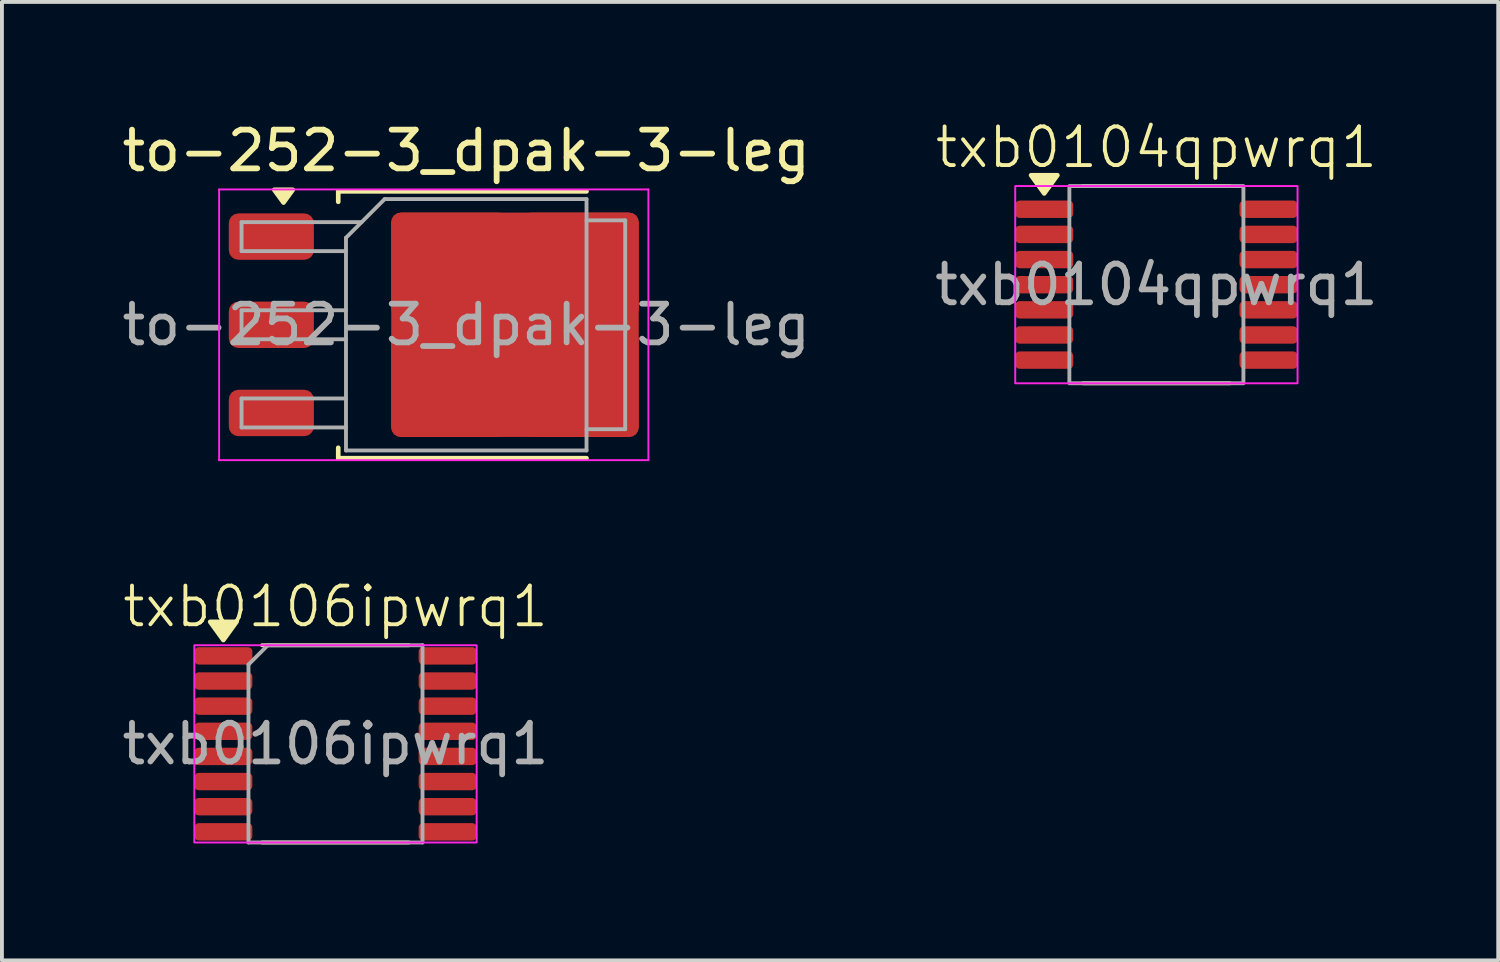
<source format=kicad_pcb>
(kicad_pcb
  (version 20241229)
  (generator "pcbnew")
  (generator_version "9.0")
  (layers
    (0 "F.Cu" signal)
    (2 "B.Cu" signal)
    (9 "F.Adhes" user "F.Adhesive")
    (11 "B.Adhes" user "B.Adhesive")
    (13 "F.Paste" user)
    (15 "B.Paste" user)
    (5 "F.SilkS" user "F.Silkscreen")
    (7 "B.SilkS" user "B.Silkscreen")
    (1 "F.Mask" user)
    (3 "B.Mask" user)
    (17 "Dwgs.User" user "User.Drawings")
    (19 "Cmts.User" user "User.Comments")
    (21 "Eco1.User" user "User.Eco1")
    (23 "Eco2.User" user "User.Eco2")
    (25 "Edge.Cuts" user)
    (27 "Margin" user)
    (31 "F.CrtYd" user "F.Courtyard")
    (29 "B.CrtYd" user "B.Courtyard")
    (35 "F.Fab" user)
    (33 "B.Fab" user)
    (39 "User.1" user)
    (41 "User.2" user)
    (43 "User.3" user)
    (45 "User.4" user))
  (footprint "to-252-3_dpak-3-leg"
    (layer "F.Cu")
    (at 9.006 5.348)
    (property "Reference" "to-252-3_dpak-3-leg" (at 0 -4.5 0) (layer "F.SilkS") (effects (font (size 1 1) (thickness 0.15))))
    (attr smd)
    (fp_line (start -3.31 -3.45) (end -3.31 -3.18) (stroke (width 0.12) (type solid)) (layer "F.SilkS"))
    (fp_line (start -3.31 3.45) (end -3.31 3.18) (stroke (width 0.12) (type solid)) (layer "F.SilkS"))
    (fp_line (start 3.11 -3.45) (end -3.31 -3.45) (stroke (width 0.12) (type solid)) (layer "F.SilkS"))
    (fp_line (start 3.11 3.45) (end -3.31 3.45) (stroke (width 0.12) (type solid)) (layer "F.SilkS"))
    (fp_poly (pts (xy -4.725 -3.16) (xy -4.965 -3.49) (xy -4.485 -3.49) (xy -4.725 -3.16)) (stroke (width 0.12) (type solid)) (fill yes) (layer "F.SilkS"))
    (fp_line (start -6.39 -3.5) (end -6.39 3.5) (stroke (width 0.05) (type solid)) (layer "F.CrtYd"))
    (fp_line (start -6.39 3.5) (end 4.71 3.5) (stroke (width 0.05) (type solid)) (layer "F.CrtYd"))
    (fp_line (start 4.71 -3.5) (end -6.39 -3.5) (stroke (width 0.05) (type solid)) (layer "F.CrtYd"))
    (fp_line (start 4.71 3.5) (end 4.71 -3.5) (stroke (width 0.05) (type solid)) (layer "F.CrtYd"))
    (fp_line (start -5.81 -2.655) (end -5.81 -1.905) (stroke (width 0.1) (type solid)) (layer "F.Fab"))
    (fp_line (start -5.81 -1.905) (end -3.11 -1.905) (stroke (width 0.1) (type solid)) (layer "F.Fab"))
    (fp_line (start -5.81 -0.375) (end -5.81 0.375) (stroke (width 0.1) (type solid)) (layer "F.Fab"))
    (fp_line (start -5.81 0.375) (end -3.11 0.375) (stroke (width 0.1) (type solid)) (layer "F.Fab"))
    (fp_line (start -5.81 1.905) (end -5.81 2.655) (stroke (width 0.1) (type solid)) (layer "F.Fab"))
    (fp_line (start -5.81 2.655) (end -3.11 2.655) (stroke (width 0.1) (type solid)) (layer "F.Fab"))
    (fp_line (start -3.11 -2.25) (end -2.11 -3.25) (stroke (width 0.1) (type solid)) (layer "F.Fab"))
    (fp_line (start -3.11 -0.375) (end -5.81 -0.375) (stroke (width 0.1) (type solid)) (layer "F.Fab"))
    (fp_line (start -3.11 1.905) (end -5.81 1.905) (stroke (width 0.1) (type solid)) (layer "F.Fab"))
    (fp_line (start -3.11 3.25) (end -3.11 -2.25) (stroke (width 0.1) (type solid)) (layer "F.Fab"))
    (fp_line (start -2.705 -2.655) (end -5.81 -2.655) (stroke (width 0.1) (type solid)) (layer "F.Fab"))
    (fp_line (start -2.11 -3.25) (end 3.11 -3.25) (stroke (width 0.1) (type solid)) (layer "F.Fab"))
    (fp_line (start 3.11 -3.25) (end 3.11 3.25) (stroke (width 0.1) (type solid)) (layer "F.Fab"))
    (fp_line (start 3.11 -2.7) (end 4.11 -2.7) (stroke (width 0.1) (type solid)) (layer "F.Fab"))
    (fp_line (start 3.11 3.25) (end -3.11 3.25) (stroke (width 0.1) (type solid)) (layer "F.Fab"))
    (fp_line (start 4.11 -2.7) (end 4.11 2.7) (stroke (width 0.1) (type solid)) (layer "F.Fab"))
    (fp_line (start 4.11 2.7) (end 3.11 2.7) (stroke (width 0.1) (type solid)) (layer "F.Fab"))
    (fp_text user "${REFERENCE}" (at 0 0 0) (layer "F.Fab") (effects (font (size 1 1) (thickness 0.15))))
    (pad "1" smd roundrect (at -5.04 -2.28) (size 2.2 1.2) (layers "F.Cu" "F.Mask" "F.Paste") (roundrect_rratio 0.208))
    (pad "2" smd roundrect (at -5.04 0) (size 2.2 1.2) (layers "F.Cu" "F.Mask" "F.Paste") (roundrect_rratio 0.208))
    (pad "2" smd roundrect (at -0.415 -1.525) (size 3.05 2.75) (layers "F.Cu" "F.Paste") (roundrect_rratio 0.091))
    (pad "2" smd roundrect (at -0.415 1.525) (size 3.05 2.75) (layers "F.Cu" "F.Paste") (roundrect_rratio 0.091))
    (pad "2" smd roundrect (at 1.26 0) (size 6.4 5.8) (layers "F.Cu" "F.Mask") (roundrect_rratio 0.043))
    (pad "2" smd roundrect (at 2.935 -1.525) (size 3.05 2.75) (layers "F.Cu" "F.Paste") (roundrect_rratio 0.091))
    (pad "2" smd roundrect (at 2.935 1.525) (size 3.05 2.75) (layers "F.Cu" "F.Paste") (roundrect_rratio 0.091))
    (pad "3" smd roundrect (at -5.04 2.28) (size 2.2 1.2) (layers "F.Cu" "F.Mask" "F.Paste") (roundrect_rratio 0.208)))
  (footprint "txb0104qpwrq1"
    (layer "F.Cu")
    (at 26.851 4.311)
    (property "Reference" "txb0104qpwrq1" (at 0 -3.55 0) (unlocked yes) (layer "F.SilkS") (effects (font (size 1 1) (thickness 0.1))))
    (attr smd)
    (fp_line (start -1.9 -2.55) (end 1.9 -2.55) (stroke (width 0.1) (type default)) (layer "F.SilkS"))
    (fp_line (start -1.9 2.55) (end 1.9 2.55) (stroke (width 0.1) (type default)) (layer "F.SilkS"))
    (fp_poly (pts (xy -2.9 -2.36) (xy -3.24 -2.83) (xy -2.56 -2.83) (xy -2.9 -2.36)) (stroke (width 0.12) (type solid)) (fill yes) (layer "F.SilkS"))
    (fp_rect (start -3.65 -2.55) (end 3.65 2.55) (stroke (width 0.05) (type default)) (fill no) (layer "F.CrtYd"))
    (fp_rect (start -2.25 -2.55) (end 2.25 2.55) (stroke (width 0.1) (type default)) (fill no) (layer "F.Fab"))
    (fp_text user "${REFERENCE}" (at 0 0 0) (unlocked yes) (layer "F.Fab") (effects (font (size 1 1) (thickness 0.15))))
    (pad "1" smd roundrect (at -2.9 -1.95) (size 1.5 0.45) (layers "F.Cu" "F.Mask" "F.Paste") (roundrect_rratio 0.25))
    (pad "2" smd roundrect (at -2.9 -1.3) (size 1.5 0.45) (layers "F.Cu" "F.Mask" "F.Paste") (roundrect_rratio 0.25))
    (pad "3" smd roundrect (at -2.9 -0.65) (size 1.5 0.45) (layers "F.Cu" "F.Mask" "F.Paste") (roundrect_rratio 0.25))
    (pad "4" smd roundrect (at -2.9 0) (size 1.5 0.45) (layers "F.Cu" "F.Mask" "F.Paste") (roundrect_rratio 0.25))
    (pad "5" smd roundrect (at -2.9 0.65) (size 1.5 0.45) (layers "F.Cu" "F.Mask" "F.Paste") (roundrect_rratio 0.25))
    (pad "6" smd roundrect (at -2.9 1.3) (size 1.5 0.45) (layers "F.Cu" "F.Mask" "F.Paste") (roundrect_rratio 0.25))
    (pad "7" smd roundrect (at -2.9 1.95) (size 1.5 0.45) (layers "F.Cu" "F.Mask" "F.Paste") (roundrect_rratio 0.25))
    (pad "8" smd roundrect (at 2.9 1.95) (size 1.5 0.45) (layers "F.Cu" "F.Mask" "F.Paste") (roundrect_rratio 0.25))
    (pad "9" smd roundrect (at 2.9 1.3) (size 1.5 0.45) (layers "F.Cu" "F.Mask" "F.Paste") (roundrect_rratio 0.25))
    (pad "10" smd roundrect (at 2.9 0.65) (size 1.5 0.45) (layers "F.Cu" "F.Mask" "F.Paste") (roundrect_rratio 0.25))
    (pad "11" smd roundrect (at 2.9 0) (size 1.5 0.45) (layers "F.Cu" "F.Mask" "F.Paste") (roundrect_rratio 0.25))
    (pad "12" smd roundrect (at 2.9 -0.65) (size 1.5 0.45) (layers "F.Cu" "F.Mask" "F.Paste") (roundrect_rratio 0.25))
    (pad "13" smd roundrect (at 2.9 -1.3) (size 1.5 0.45) (layers "F.Cu" "F.Mask" "F.Paste") (roundrect_rratio 0.25))
    (pad "14" smd roundrect (at 2.9 -1.95) (size 1.5 0.45) (layers "F.Cu" "F.Mask" "F.Paste") (roundrect_rratio 0.25)))
  (footprint "txb0106ipwrq1"
    (layer "F.Cu")
    (at 5.625 16.184)
    (property "Reference" "txb0106ipwrq1" (at 0 -3.55 0) (unlocked yes) (layer "F.SilkS") (effects (font (size 1 1) (thickness 0.1))))
    (attr smd)
    (fp_line (start -1.9 -2.55) (end 1.9 -2.55) (stroke (width 0.1) (type default)) (layer "F.SilkS"))
    (fp_line (start -1.9 2.55) (end 1.9 2.55) (stroke (width 0.1) (type default)) (layer "F.SilkS"))
    (fp_poly (pts (xy -2.9 -2.685) (xy -3.24 -3.155) (xy -2.56 -3.155) (xy -2.9 -2.685)) (stroke (width 0.12) (type solid)) (fill yes) (layer "F.SilkS"))
    (fp_rect (start -3.65 -2.55) (end 3.65 2.55) (stroke (width 0.05) (type default)) (fill no) (layer "F.CrtYd"))
    (fp_line (start -2.25 -2.05) (end -2.25 2.55) (stroke (width 0.1) (type default)) (layer "F.Fab"))
    (fp_line (start -2.25 2.55) (end 2.25 2.55) (stroke (width 0.1) (type default)) (layer "F.Fab"))
    (fp_line (start -1.75 -2.55) (end -2.25 -2.05) (stroke (width 0.1) (type default)) (layer "F.Fab"))
    (fp_line (start 2.25 -2.55) (end -1.75 -2.55) (stroke (width 0.1) (type default)) (layer "F.Fab"))
    (fp_line (start 2.25 2.55) (end 2.25 -2.55) (stroke (width 0.1) (type default)) (layer "F.Fab"))
    (fp_text user "${REFERENCE}" (at 0 0 0) (unlocked yes) (layer "F.Fab") (effects (font (size 1 1) (thickness 0.15))))
    (pad "1" smd roundrect (at -2.9 -2.275) (size 1.5 0.45) (layers "F.Cu" "F.Mask" "F.Paste") (roundrect_rratio 0.25))
    (pad "2" smd roundrect (at -2.9 -1.625) (size 1.5 0.45) (layers "F.Cu" "F.Mask" "F.Paste") (roundrect_rratio 0.25))
    (pad "3" smd roundrect (at -2.9 -0.975) (size 1.5 0.45) (layers "F.Cu" "F.Mask" "F.Paste") (roundrect_rratio 0.25))
    (pad "4" smd roundrect (at -2.9 -0.325) (size 1.5 0.45) (layers "F.Cu" "F.Mask" "F.Paste") (roundrect_rratio 0.25))
    (pad "5" smd roundrect (at -2.9 0.325) (size 1.5 0.45) (layers "F.Cu" "F.Mask" "F.Paste") (roundrect_rratio 0.25))
    (pad "6" smd roundrect (at -2.9 0.975) (size 1.5 0.45) (layers "F.Cu" "F.Mask" "F.Paste") (roundrect_rratio 0.25))
    (pad "7" smd roundrect (at -2.9 1.625) (size 1.5 0.45) (layers "F.Cu" "F.Mask" "F.Paste") (roundrect_rratio 0.25))
    (pad "8" smd roundrect (at -2.9 2.275) (size 1.5 0.45) (layers "F.Cu" "F.Mask" "F.Paste") (roundrect_rratio 0.25))
    (pad "9" smd roundrect (at 2.9 2.275) (size 1.5 0.45) (layers "F.Cu" "F.Mask" "F.Paste") (roundrect_rratio 0.25))
    (pad "10" smd roundrect (at 2.9 1.625) (size 1.5 0.45) (layers "F.Cu" "F.Mask" "F.Paste") (roundrect_rratio 0.25))
    (pad "11" smd roundrect (at 2.9 0.975) (size 1.5 0.45) (layers "F.Cu" "F.Mask" "F.Paste") (roundrect_rratio 0.25))
    (pad "12" smd roundrect (at 2.9 0.325) (size 1.5 0.45) (layers "F.Cu" "F.Mask" "F.Paste") (roundrect_rratio 0.25))
    (pad "13" smd roundrect (at 2.9 -0.325) (size 1.5 0.45) (layers "F.Cu" "F.Mask" "F.Paste") (roundrect_rratio 0.25))
    (pad "14" smd roundrect (at 2.9 -0.975) (size 1.5 0.45) (layers "F.Cu" "F.Mask" "F.Paste") (roundrect_rratio 0.25))
    (pad "15" smd roundrect (at 2.9 -1.625) (size 1.5 0.45) (layers "F.Cu" "F.Mask" "F.Paste") (roundrect_rratio 0.25))
    (pad "16" smd roundrect (at 2.9 -2.275) (size 1.5 0.45) (layers "F.Cu" "F.Mask" "F.Paste") (roundrect_rratio 0.25)))
  (gr_rect
    (start -3 -3)
    (end 35.69 21.784)
    (stroke (width 0.1) (type default))
    (fill no)
    (layer "Edge.Cuts")))
</source>
